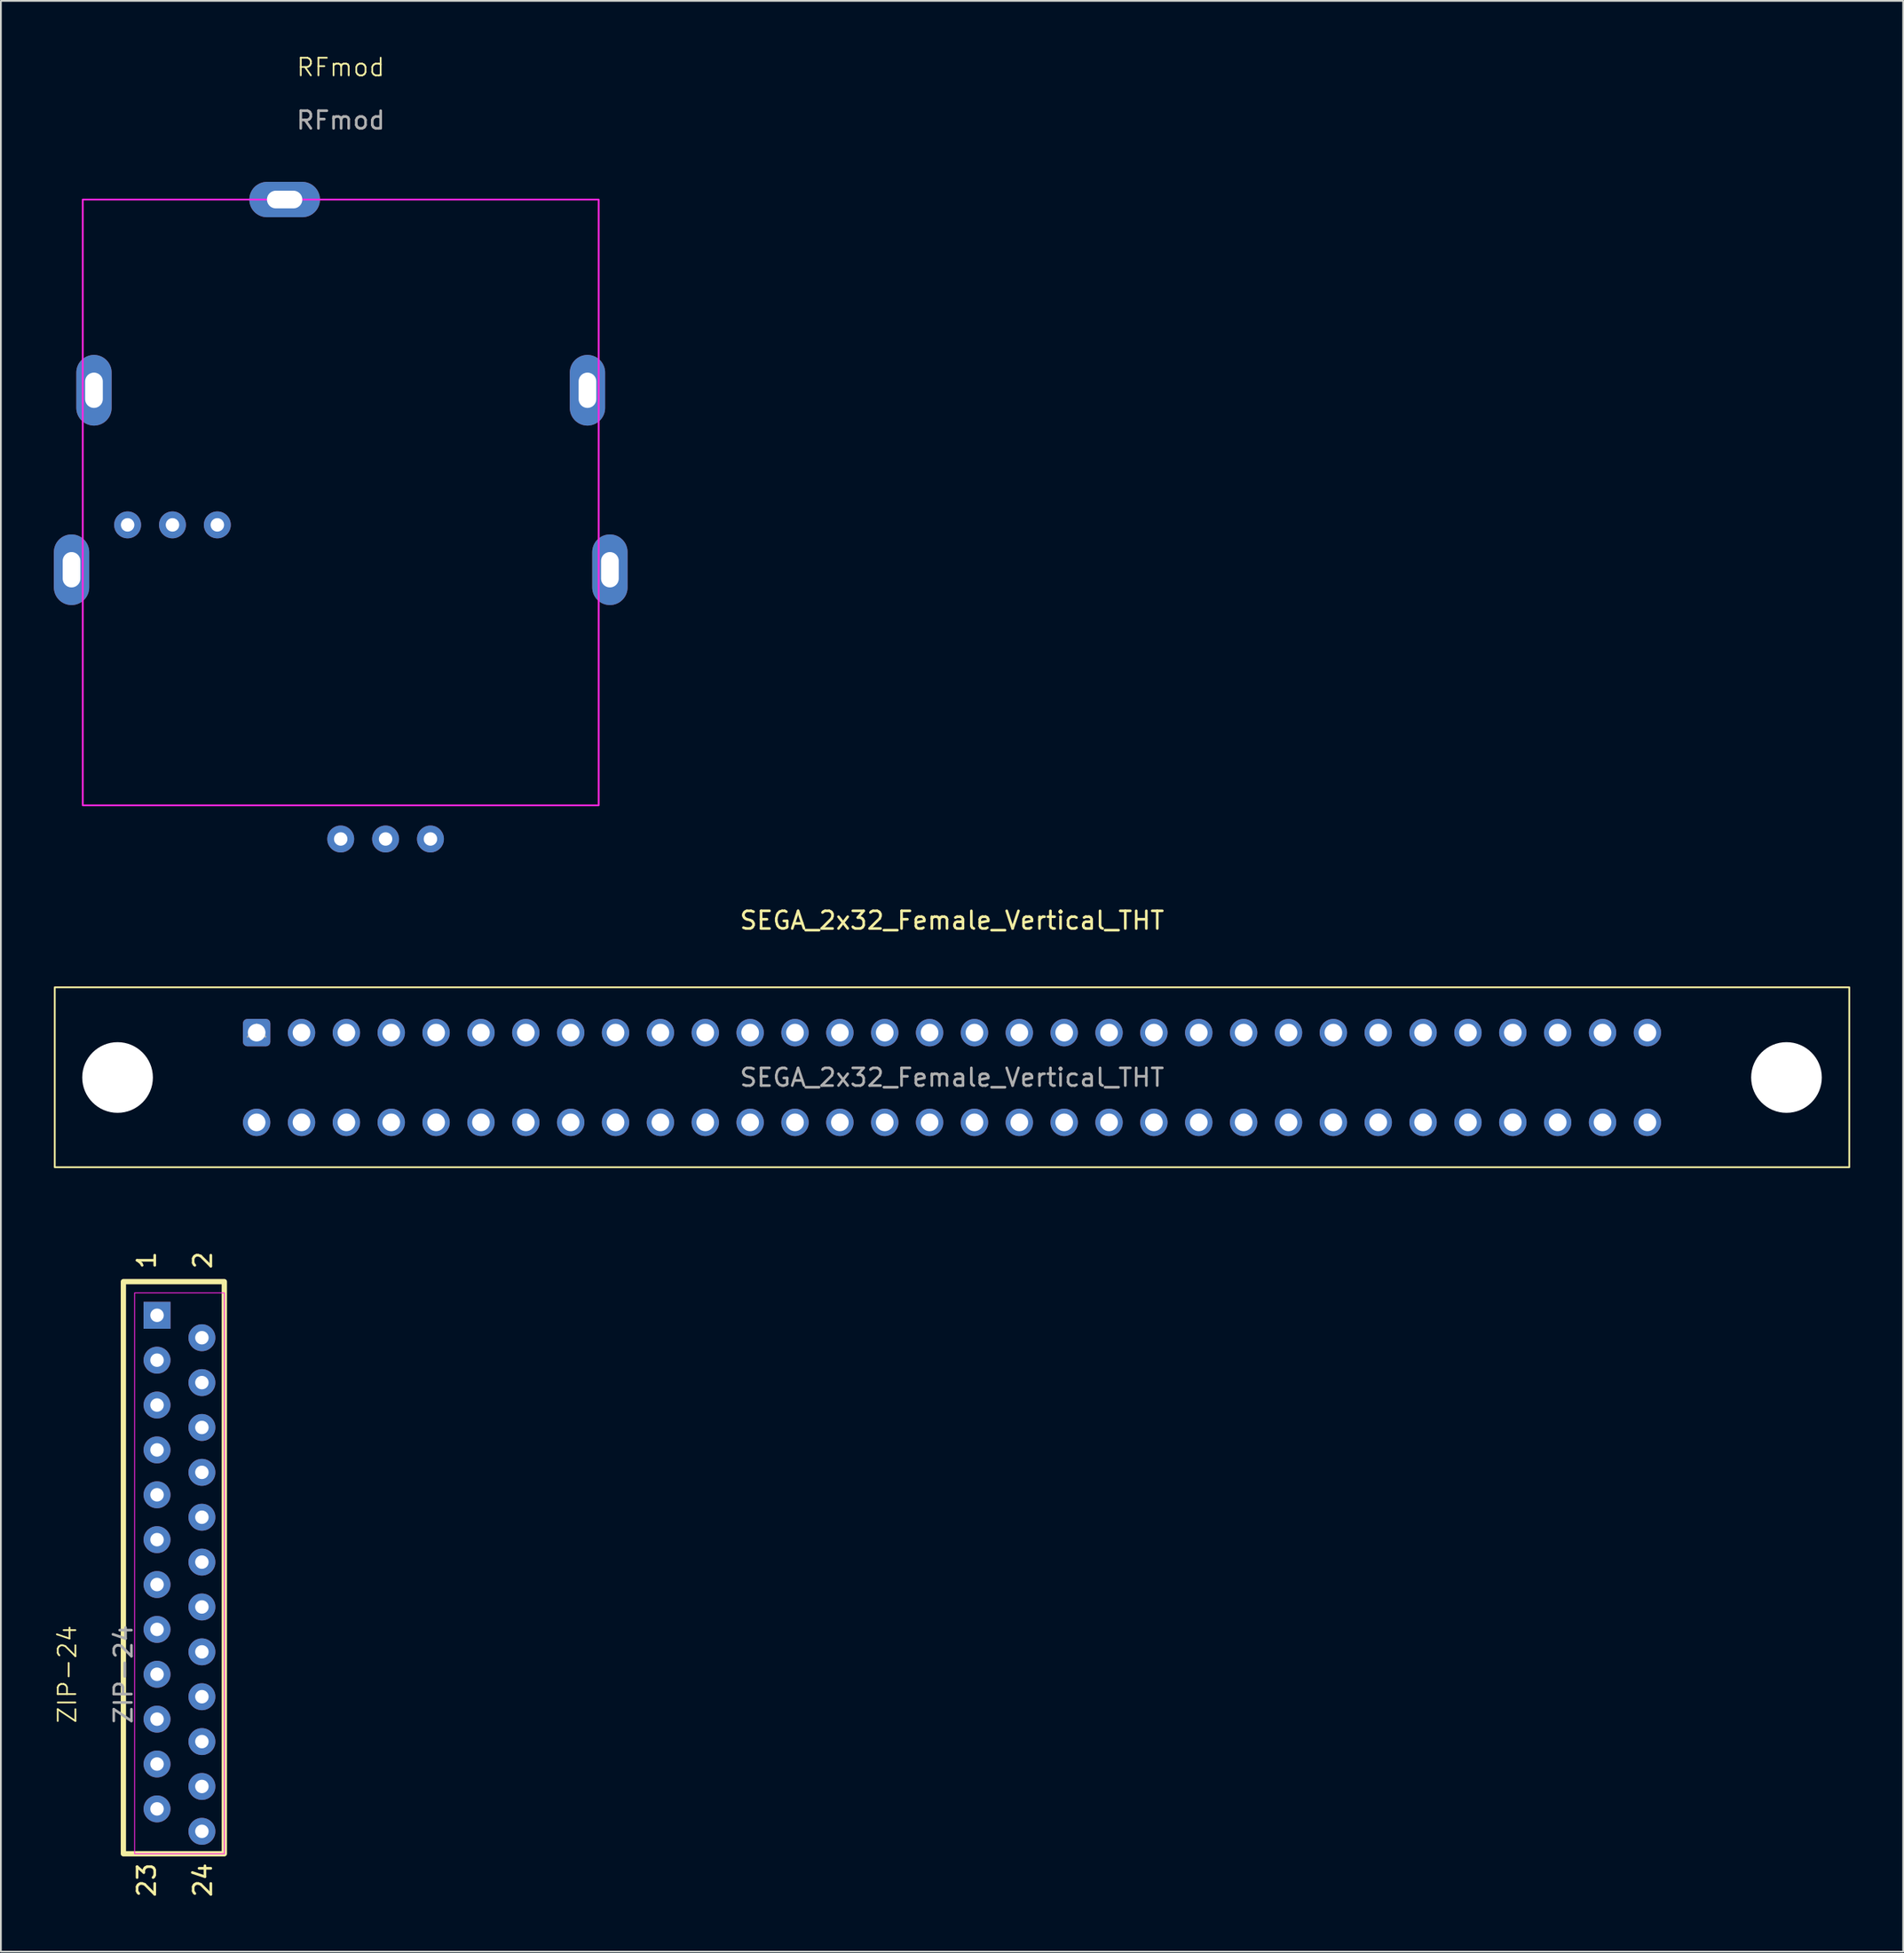
<source format=kicad_pcb>
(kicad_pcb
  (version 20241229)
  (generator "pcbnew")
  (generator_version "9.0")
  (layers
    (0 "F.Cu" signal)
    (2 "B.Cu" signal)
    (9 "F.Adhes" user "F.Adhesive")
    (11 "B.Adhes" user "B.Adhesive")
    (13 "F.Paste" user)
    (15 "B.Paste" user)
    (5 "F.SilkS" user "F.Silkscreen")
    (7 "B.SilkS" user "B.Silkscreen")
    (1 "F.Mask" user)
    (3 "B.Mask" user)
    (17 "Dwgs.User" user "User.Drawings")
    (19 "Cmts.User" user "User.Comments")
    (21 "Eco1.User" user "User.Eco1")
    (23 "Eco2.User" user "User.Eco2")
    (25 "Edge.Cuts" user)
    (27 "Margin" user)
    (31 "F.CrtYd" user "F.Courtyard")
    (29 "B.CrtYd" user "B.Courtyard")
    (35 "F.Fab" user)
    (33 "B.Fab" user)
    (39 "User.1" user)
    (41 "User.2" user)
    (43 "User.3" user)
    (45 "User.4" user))
  (footprint "ZIP-24"
    (layer "F.Cu")
    (at 7.111 66.321)
    (property "Reference" "ZIP-24" (at -6.35 25.4 90) (unlocked yes) (layer "F.SilkS") (effects (font (size 1 1) (thickness 0.1))))
    (attr through_hole)
    (fp_rect (start -3.175 3.175) (end 2.54 35.56) (stroke (width 0.3) (type default)) (fill no) (layer "F.SilkS"))
    (fp_rect (start -2.54 3.81) (end 2.54 35.56) (stroke (width 0.05) (type default)) (fill no) (layer "F.CrtYd"))
    (fp_text user "2" (at 1.905 2.54 90) (unlocked yes) (layer "F.SilkS") (effects (font (size 1 1) (thickness 0.15)) (justify left bottom)))
    (fp_text user "23" (at -1.27 38.1 90) (unlocked yes) (layer "F.SilkS") (effects (font (size 1 1) (thickness 0.15)) (justify left bottom)))
    (fp_text user "1" (at -1.27 2.54 90) (unlocked yes) (layer "F.SilkS") (effects (font (size 1 1) (thickness 0.15)) (justify left bottom)))
    (fp_text user "24" (at 1.905 38.1 90) (unlocked yes) (layer "F.SilkS") (effects (font (size 1 1) (thickness 0.15)) (justify left bottom)))
    (fp_text user "${REFERENCE}" (at -3.175 25.4 90) (unlocked yes) (layer "F.Fab") (effects (font (size 1 1) (thickness 0.15))))
    (pad "1" thru_hole rect (at -1.27 5.08) (size 1.524 1.524) (drill 0.762) (layers "*.Cu" "*.Mask"))
    (pad "2" thru_hole circle (at 1.27 6.35) (size 1.524 1.524) (drill 0.762) (layers "*.Cu" "*.Mask"))
    (pad "3" thru_hole circle (at -1.27 7.62) (size 1.524 1.524) (drill 0.762) (layers "*.Cu" "*.Mask"))
    (pad "4" thru_hole circle (at 1.27 8.89) (size 1.524 1.524) (drill 0.762) (layers "*.Cu" "*.Mask"))
    (pad "5" thru_hole circle (at -1.27 10.16) (size 1.524 1.524) (drill 0.762) (layers "*.Cu" "*.Mask"))
    (pad "6" thru_hole circle (at 1.27 11.43) (size 1.524 1.524) (drill 0.762) (layers "*.Cu" "*.Mask"))
    (pad "7" thru_hole circle (at -1.27 12.7) (size 1.524 1.524) (drill 0.762) (layers "*.Cu" "*.Mask"))
    (pad "8" thru_hole circle (at 1.27 13.97) (size 1.524 1.524) (drill 0.762) (layers "*.Cu" "*.Mask"))
    (pad "9" thru_hole circle (at -1.27 15.24) (size 1.524 1.524) (drill 0.762) (layers "*.Cu" "*.Mask"))
    (pad "10" thru_hole circle (at 1.27 16.51) (size 1.524 1.524) (drill 0.762) (layers "*.Cu" "*.Mask"))
    (pad "11" thru_hole circle (at -1.27 17.78) (size 1.524 1.524) (drill 0.762) (layers "*.Cu" "*.Mask"))
    (pad "12" thru_hole circle (at 1.27 19.05) (size 1.524 1.524) (drill 0.762) (layers "*.Cu" "*.Mask"))
    (pad "13" thru_hole circle (at -1.27 20.32) (size 1.524 1.524) (drill 0.762) (layers "*.Cu" "*.Mask"))
    (pad "14" thru_hole circle (at 1.27 21.59) (size 1.524 1.524) (drill 0.762) (layers "*.Cu" "*.Mask"))
    (pad "15" thru_hole circle (at -1.27 22.86) (size 1.524 1.524) (drill 0.762) (layers "*.Cu" "*.Mask"))
    (pad "16" thru_hole circle (at 1.27 24.13) (size 1.524 1.524) (drill 0.762) (layers "*.Cu" "*.Mask"))
    (pad "17" thru_hole circle (at -1.27 25.4) (size 1.524 1.524) (drill 0.762) (layers "*.Cu" "*.Mask"))
    (pad "18" thru_hole circle (at 1.27 26.67) (size 1.524 1.524) (drill 0.762) (layers "*.Cu" "*.Mask"))
    (pad "19" thru_hole circle (at -1.27 27.94) (size 1.524 1.524) (drill 0.762) (layers "*.Cu" "*.Mask"))
    (pad "20" thru_hole circle (at 1.27 29.21) (size 1.524 1.524) (drill 0.762) (layers "*.Cu" "*.Mask"))
    (pad "21" thru_hole circle (at -1.27 30.48) (size 1.524 1.524) (drill 0.762) (layers "*.Cu" "*.Mask"))
    (pad "22" thru_hole circle (at 1.27 31.75) (size 1.524 1.524) (drill 0.762) (layers "*.Cu" "*.Mask"))
    (pad "23" thru_hole circle (at -1.27 33.02) (size 1.524 1.524) (drill 0.762) (layers "*.Cu" "*.Mask"))
    (pad "24" thru_hole circle (at 1.27 34.29) (size 1.524 1.524) (drill 0.762) (layers "*.Cu" "*.Mask")))
  (footprint "SEGA_2x32_Female_Vertical_THT"
    (layer "F.Cu")
    (at 50.85 57.941)
    (property "Reference" "SEGA_2x32_Female_Vertical_THT" (at 0 -8.89 180) (layer "F.SilkS") (effects (font (size 1 1) (thickness 0.15))))
    (attr through_hole)
    (fp_rect (start 50.8 -5.105) (end -50.8 5.08) (stroke (width 0.1) (type default)) (fill no) (layer "F.SilkS"))
    (fp_line (start -39.87 -2.3) (end -39.37 -3) (stroke (width 0.1) (type solid)) (layer "F.Fab"))
    (fp_line (start -39.37 -3) (end -38.87 -2.3) (stroke (width 0.1) (type solid)) (layer "F.Fab"))
    (fp_text user "${REFERENCE}" (at 0 0 0) (layer "F.Fab") (effects (font (size 1 1) (thickness 0.15))))
    (pad "" np_thru_hole circle (at -47.244 0 90) (size 4 4) (drill 4) (layers "*.Cu" "*.Mask"))
    (pad "" np_thru_hole circle (at 47.244 0 90) (size 4 4) (drill 4) (layers "*.Cu" "*.Mask"))
    (pad "a1" thru_hole roundrect (at -39.37 -2.54 90) (size 1.55 1.55) (drill 1) (layers "*.Cu" "*.Mask") (roundrect_rratio 0.161))
    (pad "a2" thru_hole circle (at -36.83 -2.54 90) (size 1.55 1.55) (drill 1) (layers "*.Cu" "*.Mask"))
    (pad "a3" thru_hole circle (at -34.29 -2.54 90) (size 1.55 1.55) (drill 1) (layers "*.Cu" "*.Mask"))
    (pad "a4" thru_hole circle (at -31.75 -2.54 90) (size 1.55 1.55) (drill 1) (layers "*.Cu" "*.Mask"))
    (pad "a5" thru_hole circle (at -29.21 -2.54 90) (size 1.55 1.55) (drill 1) (layers "*.Cu" "*.Mask"))
    (pad "a6" thru_hole circle (at -26.67 -2.54 90) (size 1.55 1.55) (drill 1) (layers "*.Cu" "*.Mask"))
    (pad "a7" thru_hole circle (at -24.13 -2.54 90) (size 1.55 1.55) (drill 1) (layers "*.Cu" "*.Mask"))
    (pad "a8" thru_hole circle (at -21.59 -2.54 90) (size 1.55 1.55) (drill 1) (layers "*.Cu" "*.Mask"))
    (pad "a9" thru_hole circle (at -19.05 -2.54 90) (size 1.55 1.55) (drill 1) (layers "*.Cu" "*.Mask"))
    (pad "a10" thru_hole circle (at -16.51 -2.54 90) (size 1.55 1.55) (drill 1) (layers "*.Cu" "*.Mask"))
    (pad "a11" thru_hole circle (at -13.97 -2.54 90) (size 1.55 1.55) (drill 1) (layers "*.Cu" "*.Mask"))
    (pad "a12" thru_hole circle (at -11.43 -2.54 90) (size 1.55 1.55) (drill 1) (layers "*.Cu" "*.Mask"))
    (pad "a13" thru_hole circle (at -8.89 -2.54 90) (size 1.55 1.55) (drill 1) (layers "*.Cu" "*.Mask"))
    (pad "a14" thru_hole circle (at -6.35 -2.54 90) (size 1.55 1.55) (drill 1) (layers "*.Cu" "*.Mask"))
    (pad "a15" thru_hole circle (at -3.81 -2.54 90) (size 1.55 1.55) (drill 1) (layers "*.Cu" "*.Mask"))
    (pad "a16" thru_hole circle (at -1.27 -2.54 90) (size 1.55 1.55) (drill 1) (layers "*.Cu" "*.Mask"))
    (pad "a17" thru_hole circle (at 1.27 -2.54 90) (size 1.55 1.55) (drill 1) (layers "*.Cu" "*.Mask"))
    (pad "a18" thru_hole circle (at 3.81 -2.54 90) (size 1.55 1.55) (drill 1) (layers "*.Cu" "*.Mask"))
    (pad "a19" thru_hole circle (at 6.35 -2.54 90) (size 1.55 1.55) (drill 1) (layers "*.Cu" "*.Mask"))
    (pad "a20" thru_hole circle (at 8.89 -2.54 90) (size 1.55 1.55) (drill 1) (layers "*.Cu" "*.Mask"))
    (pad "a21" thru_hole circle (at 11.43 -2.54 90) (size 1.55 1.55) (drill 1) (layers "*.Cu" "*.Mask"))
    (pad "a22" thru_hole circle (at 13.97 -2.54 90) (size 1.55 1.55) (drill 1) (layers "*.Cu" "*.Mask"))
    (pad "a23" thru_hole circle (at 16.51 -2.54 90) (size 1.55 1.55) (drill 1) (layers "*.Cu" "*.Mask"))
    (pad "a24" thru_hole circle (at 19.05 -2.54 90) (size 1.55 1.55) (drill 1) (layers "*.Cu" "*.Mask"))
    (pad "a25" thru_hole circle (at 21.59 -2.54 90) (size 1.55 1.55) (drill 1) (layers "*.Cu" "*.Mask"))
    (pad "a26" thru_hole circle (at 24.13 -2.54 90) (size 1.55 1.55) (drill 1) (layers "*.Cu" "*.Mask"))
    (pad "a27" thru_hole circle (at 26.67 -2.54 90) (size 1.55 1.55) (drill 1) (layers "*.Cu" "*.Mask"))
    (pad "a28" thru_hole circle (at 29.21 -2.54 90) (size 1.55 1.55) (drill 1) (layers "*.Cu" "*.Mask"))
    (pad "a29" thru_hole circle (at 31.75 -2.54 90) (size 1.55 1.55) (drill 1) (layers "*.Cu" "*.Mask"))
    (pad "a30" thru_hole circle (at 34.29 -2.54 90) (size 1.55 1.55) (drill 1) (layers "*.Cu" "*.Mask"))
    (pad "a31" thru_hole circle (at 36.83 -2.54 90) (size 1.55 1.55) (drill 1) (layers "*.Cu" "*.Mask"))
    (pad "a32" thru_hole circle (at 39.37 -2.54 90) (size 1.55 1.55) (drill 1) (layers "*.Cu" "*.Mask"))
    (pad "b1" thru_hole circle (at -39.37 2.54 90) (size 1.55 1.55) (drill 1) (layers "*.Cu" "*.Mask"))
    (pad "b2" thru_hole circle (at -36.83 2.54 90) (size 1.55 1.55) (drill 1) (layers "*.Cu" "*.Mask"))
    (pad "b3" thru_hole circle (at -34.29 2.54 90) (size 1.55 1.55) (drill 1) (layers "*.Cu" "*.Mask"))
    (pad "b4" thru_hole circle (at -31.75 2.54 90) (size 1.55 1.55) (drill 1) (layers "*.Cu" "*.Mask"))
    (pad "b5" thru_hole circle (at -29.21 2.54 90) (size 1.55 1.55) (drill 1) (layers "*.Cu" "*.Mask"))
    (pad "b6" thru_hole circle (at -26.67 2.54 90) (size 1.55 1.55) (drill 1) (layers "*.Cu" "*.Mask"))
    (pad "b7" thru_hole circle (at -24.13 2.54 90) (size 1.55 1.55) (drill 1) (layers "*.Cu" "*.Mask"))
    (pad "b8" thru_hole circle (at -21.59 2.54 90) (size 1.55 1.55) (drill 1) (layers "*.Cu" "*.Mask"))
    (pad "b9" thru_hole circle (at -19.05 2.54 90) (size 1.55 1.55) (drill 1) (layers "*.Cu" "*.Mask"))
    (pad "b10" thru_hole circle (at -16.51 2.54 90) (size 1.55 1.55) (drill 1) (layers "*.Cu" "*.Mask"))
    (pad "b11" thru_hole circle (at -13.97 2.54 90) (size 1.55 1.55) (drill 1) (layers "*.Cu" "*.Mask"))
    (pad "b12" thru_hole circle (at -11.43 2.54 90) (size 1.55 1.55) (drill 1) (layers "*.Cu" "*.Mask"))
    (pad "b13" thru_hole circle (at -8.89 2.54 90) (size 1.55 1.55) (drill 1) (layers "*.Cu" "*.Mask"))
    (pad "b14" thru_hole circle (at -6.35 2.54 90) (size 1.55 1.55) (drill 1) (layers "*.Cu" "*.Mask"))
    (pad "b15" thru_hole circle (at -3.81 2.54 90) (size 1.55 1.55) (drill 1) (layers "*.Cu" "*.Mask"))
    (pad "b16" thru_hole circle (at -1.27 2.54 90) (size 1.55 1.55) (drill 1) (layers "*.Cu" "*.Mask"))
    (pad "b17" thru_hole circle (at 1.27 2.54 90) (size 1.55 1.55) (drill 1) (layers "*.Cu" "*.Mask"))
    (pad "b18" thru_hole circle (at 3.81 2.54 90) (size 1.55 1.55) (drill 1) (layers "*.Cu" "*.Mask"))
    (pad "b19" thru_hole circle (at 6.35 2.54 90) (size 1.55 1.55) (drill 1) (layers "*.Cu" "*.Mask"))
    (pad "b20" thru_hole circle (at 8.89 2.54 90) (size 1.55 1.55) (drill 1) (layers "*.Cu" "*.Mask"))
    (pad "b21" thru_hole circle (at 11.43 2.54 90) (size 1.55 1.55) (drill 1) (layers "*.Cu" "*.Mask"))
    (pad "b22" thru_hole circle (at 13.97 2.54 90) (size 1.55 1.55) (drill 1) (layers "*.Cu" "*.Mask"))
    (pad "b23" thru_hole circle (at 16.51 2.54 90) (size 1.55 1.55) (drill 1) (layers "*.Cu" "*.Mask"))
    (pad "b24" thru_hole circle (at 19.05 2.54 90) (size 1.55 1.55) (drill 1) (layers "*.Cu" "*.Mask"))
    (pad "b25" thru_hole circle (at 21.59 2.54 90) (size 1.55 1.55) (drill 1) (layers "*.Cu" "*.Mask"))
    (pad "b26" thru_hole circle (at 24.13 2.54 90) (size 1.55 1.55) (drill 1) (layers "*.Cu" "*.Mask"))
    (pad "b27" thru_hole circle (at 26.67 2.54 90) (size 1.55 1.55) (drill 1) (layers "*.Cu" "*.Mask"))
    (pad "b28" thru_hole circle (at 29.21 2.54 90) (size 1.55 1.55) (drill 1) (layers "*.Cu" "*.Mask"))
    (pad "b29" thru_hole circle (at 31.75 2.54 90) (size 1.55 1.55) (drill 1) (layers "*.Cu" "*.Mask"))
    (pad "b30" thru_hole circle (at 34.29 2.54 90) (size 1.55 1.55) (drill 1) (layers "*.Cu" "*.Mask"))
    (pad "b31" thru_hole circle (at 36.83 2.54 90) (size 1.55 1.55) (drill 1) (layers "*.Cu" "*.Mask"))
    (pad "b32" thru_hole circle (at 39.37 2.54 90) (size 1.55 1.55) (drill 1) (layers "*.Cu" "*.Mask")))
  (footprint "RFmod"
    (layer "F.Cu")
    (at 16.24 1.26)
    (property "Reference" "RFmod" (at 0 -0.5 0) (unlocked yes) (layer "F.SilkS") (effects (font (size 1 1) (thickness 0.1))))
    (attr through_hole)
    (fp_rect (start -14.605 6.985) (end 14.605 41.275) (stroke (width 0.1) (type default)) (fill no) (layer "F.CrtYd"))
    (fp_text user "${REFERENCE}" (at 0 2.5 0) (unlocked yes) (layer "F.Fab") (effects (font (size 1 1) (thickness 0.15))))
    (pad "1" thru_hole circle (at -6.985 25.4) (size 1.524 1.524) (drill 0.762) (layers "*.Cu" "*.Mask"))
    (pad "1" thru_hole circle (at 5.08 43.18) (size 1.524 1.524) (drill 0.762) (layers "*.Cu" "*.Mask"))
    (pad "2" thru_hole circle (at -9.525 25.4) (size 1.524 1.524) (drill 0.762) (layers "*.Cu" "*.Mask"))
    (pad "2" thru_hole circle (at 2.54 43.18) (size 1.524 1.524) (drill 0.762) (layers "*.Cu" "*.Mask"))
    (pad "3" thru_hole circle (at -12.065 25.4) (size 1.524 1.524) (drill 0.762) (layers "*.Cu" "*.Mask"))
    (pad "3" thru_hole circle (at 0 43.18) (size 1.524 1.524) (drill 0.762) (layers "*.Cu" "*.Mask"))
    (pad "4" thru_hole oval (at -15.24 27.94 180) (size 2 4) (drill oval 1 2) (layers "*.Cu" "*.Mask"))
    (pad "4" thru_hole oval (at -13.97 17.78 180) (size 2 4) (drill oval 1 2) (layers "*.Cu" "*.Mask"))
    (pad "4" thru_hole oval (at -3.175 6.985 90) (size 2 4) (drill oval 1 2) (layers "*.Cu" "*.Mask"))
    (pad "4" thru_hole oval (at 13.97 17.78 180) (size 2 4) (drill oval 1 2) (layers "*.Cu" "*.Mask"))
    (pad "4" thru_hole oval (at 15.24 27.94 180) (size 2 4) (drill oval 1 2) (layers "*.Cu" "*.Mask")))
  (gr_rect
    (start -3 -3)
    (end 104.7 107.421)
    (stroke (width 0.1) (type default))
    (fill no)
    (layer "Edge.Cuts")))
</source>
